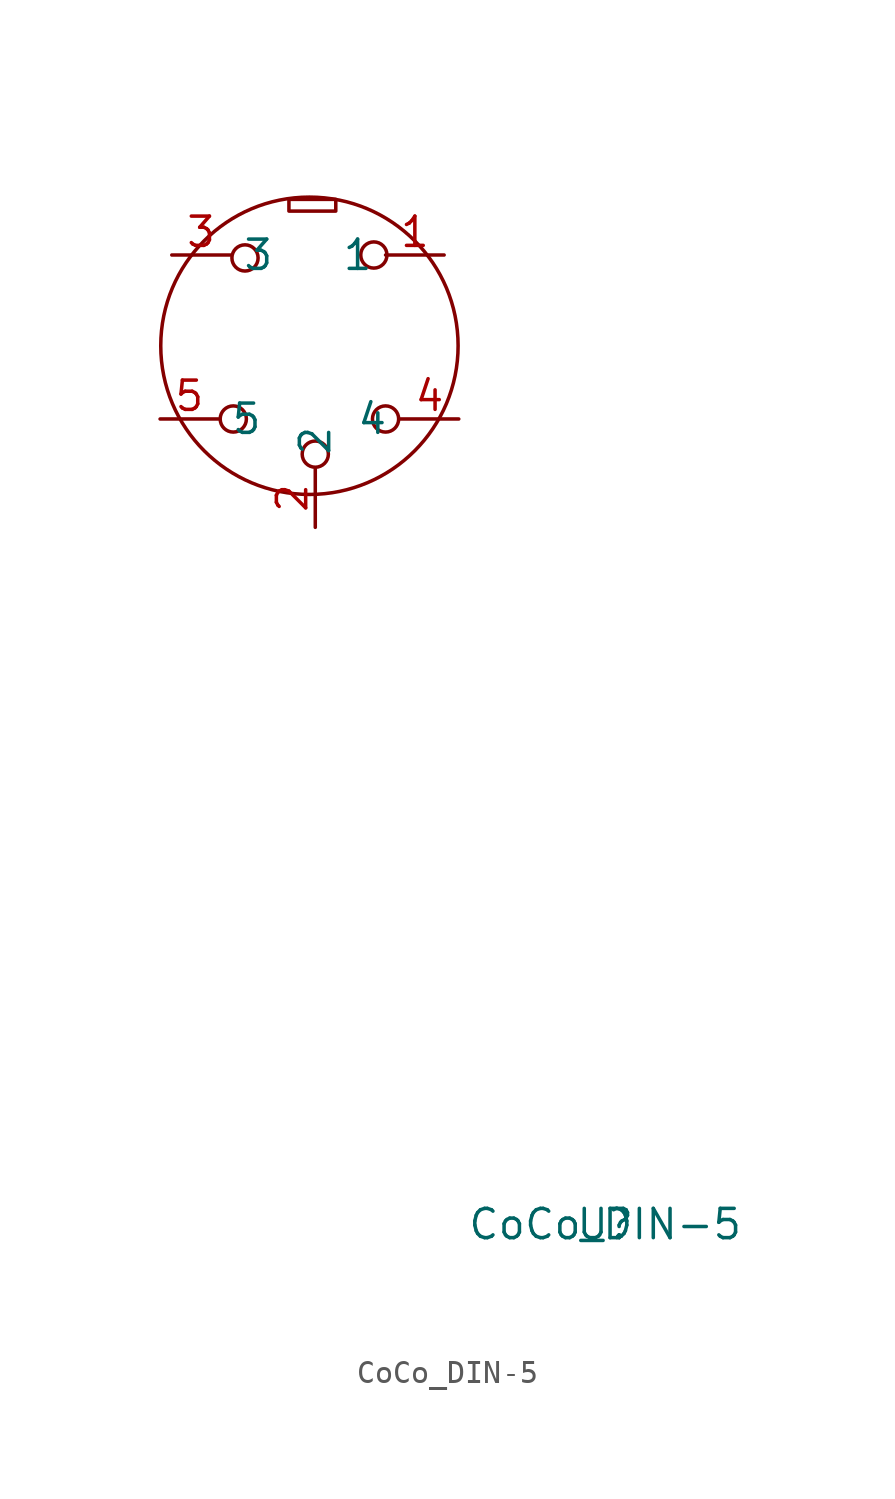
<source format=kicad_sym>
(kicad_symbol_lib
  (version 20211014)
  (generator kicad_symbol_editor)
  (symbol "CoCo_DIN-5"
    (property "Reference" "U"
      (at 0 0 0)
      (effects (font (size 1.27 1.27))))
    (property "Value" "CoCo_DIN-5"
      (at 0 0 0)
      (effects (font (size 1.27 1.27))))
    (symbol "CoCo_DIN-5_0_1"
      (circle (center -16.129 34.925) (radius 0.568) (stroke (width 0) (type default) (color 0 0 0 0)) (fill (type none)))
      (circle (center -15.621 41.91) (radius 0.568) (stroke (width 0) (type default) (color 0 0 0 0)) (fill (type none)))
      (rectangle (start -13.716 44.45) (end -11.684 43.942) (stroke (width 0) (type default) (color 0 0 0 0)) (fill (type none)))
      (circle (center -12.827 38.1) (radius 6.448) (stroke (width 0) (type default) (color 0 0 0 0)) (fill (type none)))
      (circle (center -12.573 33.401) (radius 0.568) (stroke (width 0) (type default) (color 0 0 0 0)) (fill (type none)))
      (circle (center -10.033 42.037) (radius 0.568) (stroke (width 0) (type default) (color 0 0 0 0)) (fill (type none)))
      (circle (center -9.525 34.925) (radius 0.568) (stroke (width 0) (type default) (color 0 0 0 0)) (fill (type none))))
    (symbol "CoCo_DIN-5_1_1"
      (pin input line (at -6.985 42.037 180) (length 2.54) (name "1" (effects (font (size 1.27 1.27)))) (number "1" (effects (font (size 1.27 1.27)))))
      (pin input line (at -12.573 30.226 90) (length 2.54) (name "2" (effects (font (size 1.27 1.27)))) (number "2" (effects (font (size 1.27 1.27)))))
      (pin input line (at -18.796 42.037 0) (length 2.54) (name "3" (effects (font (size 1.27 1.27)))) (number "3" (effects (font (size 1.27 1.27)))))
      (pin input line (at -6.35 34.925 180) (length 2.54) (name "4" (effects (font (size 1.27 1.27)))) (number "4" (effects (font (size 1.27 1.27)))))
      (pin input line (at -19.304 34.925 0) (length 2.54) (name "5" (effects (font (size 1.27 1.27)))) (number "5" (effects (font (size 1.27 1.27))))))))
</source>
